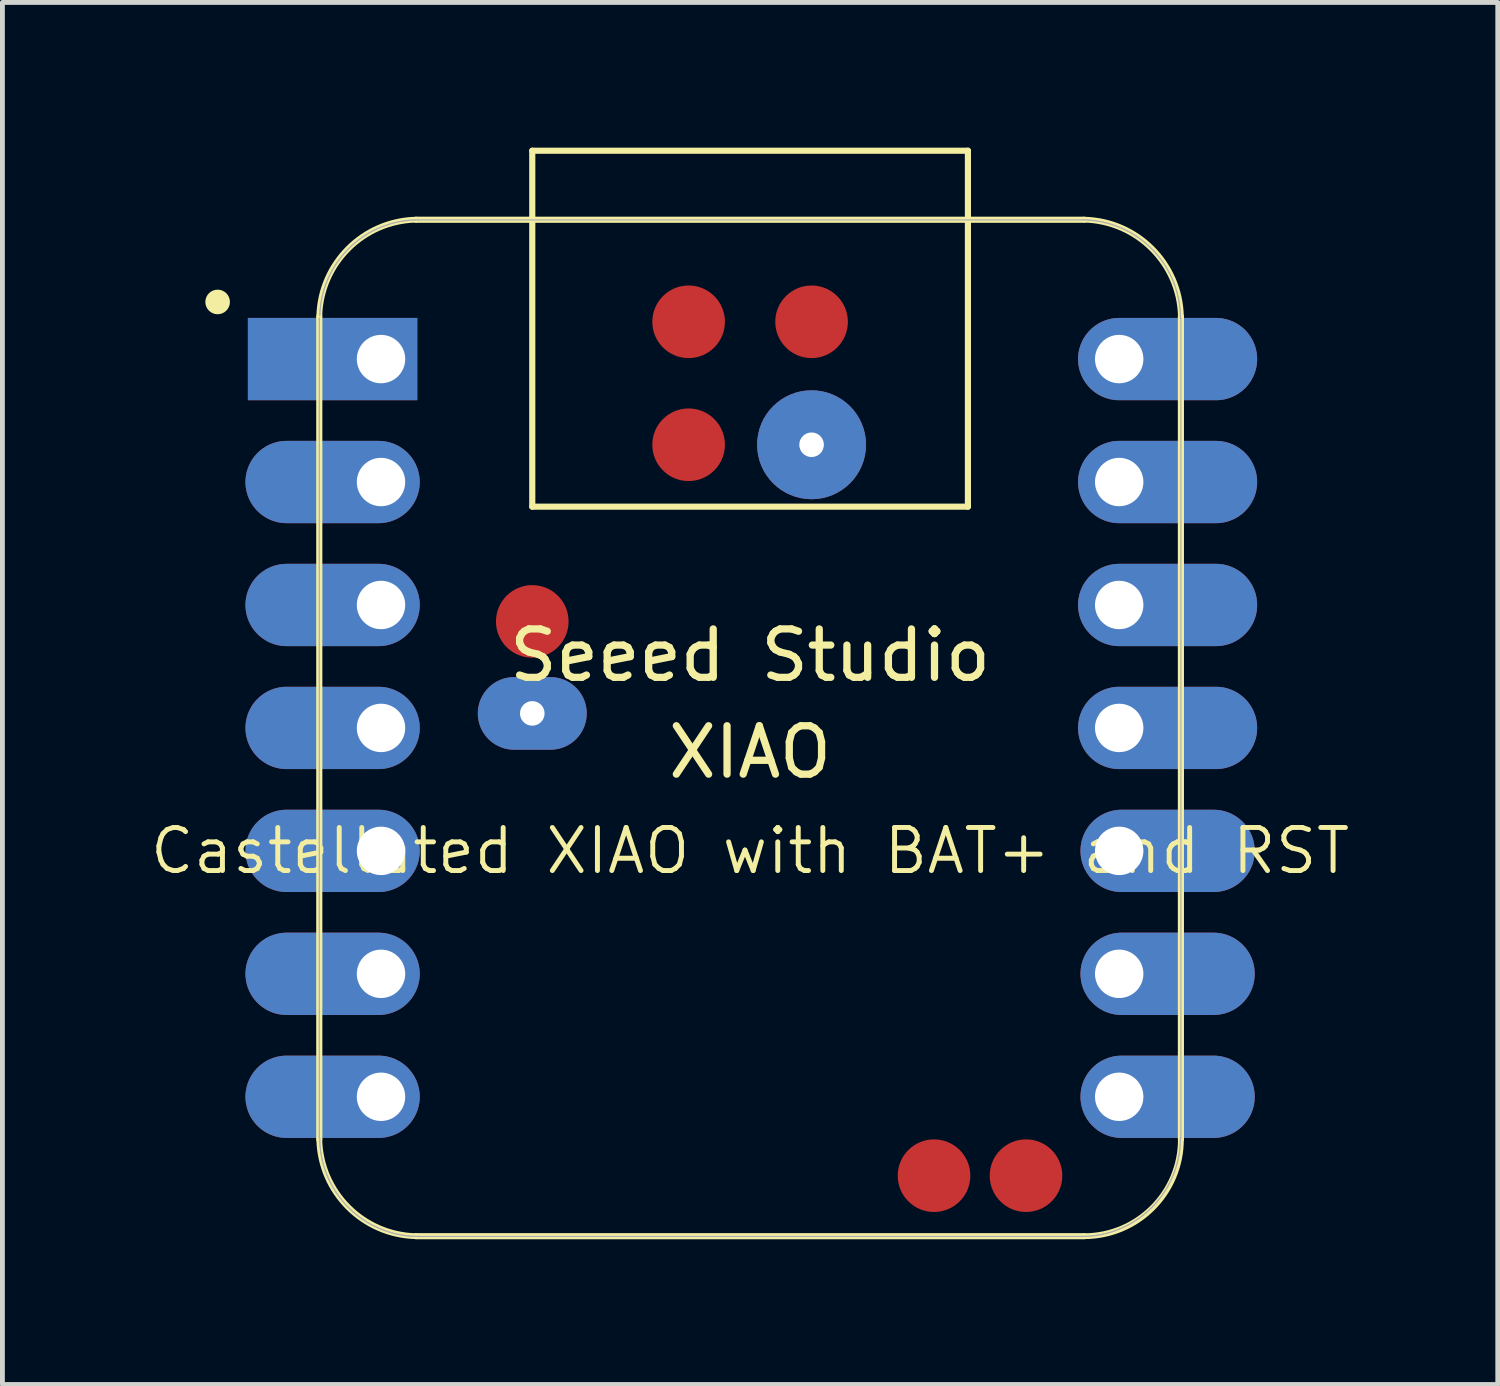
<source format=kicad_pcb>
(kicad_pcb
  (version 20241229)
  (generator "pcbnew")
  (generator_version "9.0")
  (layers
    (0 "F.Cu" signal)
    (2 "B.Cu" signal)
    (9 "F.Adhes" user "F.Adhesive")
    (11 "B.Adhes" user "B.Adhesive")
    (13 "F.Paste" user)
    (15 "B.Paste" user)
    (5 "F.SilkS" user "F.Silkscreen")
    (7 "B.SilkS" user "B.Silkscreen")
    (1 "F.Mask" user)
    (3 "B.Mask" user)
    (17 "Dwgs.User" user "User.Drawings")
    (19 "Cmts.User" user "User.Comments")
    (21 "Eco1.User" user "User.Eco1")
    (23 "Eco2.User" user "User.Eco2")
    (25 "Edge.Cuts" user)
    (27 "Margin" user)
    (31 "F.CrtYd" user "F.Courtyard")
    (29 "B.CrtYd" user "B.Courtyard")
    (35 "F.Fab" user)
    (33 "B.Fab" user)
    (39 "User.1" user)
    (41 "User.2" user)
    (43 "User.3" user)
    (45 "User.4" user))
  (footprint "Castellated XIAO with BAT+ and RST"
    (layer "F.Cu")
    (at 12.446 11.988)
    (property "Reference" "Castellated XIAO with BAT+ and RST" (at 0 2.54 0) (layer "F.SilkS") (effects (font (size 0.889 0.889) (thickness 0.102))))
    (attr smd)
    (fp_line (start -8.9 -8.5) (end -8.9 8.5) (stroke (width 0.127) (type solid)) (layer "F.SilkS"))
    (fp_line (start -6.9 10.5) (end 6.9 10.5) (stroke (width 0.127) (type solid)) (layer "F.SilkS"))
    (fp_line (start -4.5 -11.924) (end 4.5 -11.924) (stroke (width 0.127) (type solid)) (layer "F.SilkS"))
    (fp_line (start -4.5 -4.571) (end -4.5 -11.924) (stroke (width 0.127) (type solid)) (layer "F.SilkS"))
    (fp_line (start 4.5 -11.924) (end 4.5 -4.571) (stroke (width 0.127) (type solid)) (layer "F.SilkS"))
    (fp_line (start 4.5 -4.571) (end -4.5 -4.571) (stroke (width 0.127) (type solid)) (layer "F.SilkS"))
    (fp_line (start 6.9 -10.499) (end -6.9 -10.499) (stroke (width 0.127) (type solid)) (layer "F.SilkS"))
    (fp_line (start 8.9 8.5) (end 8.9 -8.5) (stroke (width 0.127) (type solid)) (layer "F.SilkS"))
    (fp_arc (start -8.9 -8.5) (mid -8.301491 -9.901491) (end -6.9 -10.5) (stroke (width 0.12) (type solid)) (layer "F.SilkS"))
    (fp_arc (start -6.9 10.5) (mid -8.301423 9.901423) (end -8.9 8.5) (stroke (width 0.12) (type solid)) (layer "F.SilkS"))
    (fp_arc (start 6.9 -10.5) (mid 8.301491 -9.901491) (end 8.9 -8.5) (stroke (width 0.12) (type solid)) (layer "F.SilkS"))
    (fp_arc (start 8.9 8.5) (mid 8.314214 9.914214) (end 6.9 10.5) (stroke (width 0.12) (type solid)) (layer "F.SilkS"))
    (fp_circle (center -11 -8.8) (end -11 -9.054) (stroke (width 0) (type solid)) (fill yes) (layer "F.SilkS"))
    (fp_poly (pts (xy -8.888 -8.562) (xy -8.885 -8.61) (xy -8.881 -8.659)) (stroke (width 0.025) (type solid)) (fill no) (layer "F.SilkS"))
    (fp_poly (pts (xy 8.889 8.522) (xy 8.888 8.571) (xy 8.885 8.62) (xy 8.881 8.669) (xy 8.875 8.717) (xy 8.869 8.766) (xy 8.861 8.815) (xy 8.852 8.863) (xy 8.842 8.911)) (stroke (width 0.025) (type solid)) (fill no) (layer "F.SilkS"))
    (fp_line (start -8.9 -8.463) (end -8.9 8.473) (stroke (width 0.025) (type solid)) (layer "F.Fab"))
    (fp_line (start -8.89 8.473) (end -8.889 8.522) (stroke (width 0.025) (type solid)) (layer "F.Fab"))
    (fp_line (start -8.889 8.522) (end -8.888 8.571) (stroke (width 0.025) (type solid)) (layer "F.Fab"))
    (fp_line (start -8.888 -8.562) (end -8.889 -8.512) (stroke (width 0.025) (type solid)) (layer "F.Fab"))
    (fp_line (start -8.888 8.571) (end -8.885 8.62) (stroke (width 0.025) (type solid)) (layer "F.Fab"))
    (fp_line (start -8.885 -8.61) (end -8.888 -8.562) (stroke (width 0.025) (type solid)) (layer "F.Fab"))
    (fp_line (start -8.885 8.62) (end -8.881 8.669) (stroke (width 0.025) (type solid)) (layer "F.Fab"))
    (fp_line (start -8.881 -8.659) (end -8.885 -8.61) (stroke (width 0.025) (type solid)) (layer "F.Fab"))
    (fp_line (start -8.881 8.669) (end -8.875 8.717) (stroke (width 0.025) (type solid)) (layer "F.Fab"))
    (fp_line (start -8.875 -8.708) (end -8.881 -8.659) (stroke (width 0.025) (type solid)) (layer "F.Fab"))
    (fp_line (start -8.875 8.717) (end -8.869 8.766) (stroke (width 0.025) (type solid)) (layer "F.Fab"))
    (fp_line (start -8.869 -8.757) (end -8.875 -8.708) (stroke (width 0.025) (type solid)) (layer "F.Fab"))
    (fp_line (start -8.869 8.766) (end -8.861 8.815) (stroke (width 0.025) (type solid)) (layer "F.Fab"))
    (fp_line (start -8.861 -8.806) (end -8.869 -8.757) (stroke (width 0.025) (type solid)) (layer "F.Fab"))
    (fp_line (start -8.861 8.815) (end -8.852 8.863) (stroke (width 0.025) (type solid)) (layer "F.Fab"))
    (fp_line (start -8.852 -8.854) (end -8.861 -8.806) (stroke (width 0.025) (type solid)) (layer "F.Fab"))
    (fp_line (start -8.852 8.863) (end -8.842 8.911) (stroke (width 0.025) (type solid)) (layer "F.Fab"))
    (fp_line (start -8.842 -8.902) (end -8.852 -8.854) (stroke (width 0.025) (type solid)) (layer "F.Fab"))
    (fp_line (start -8.842 8.911) (end -8.831 8.959) (stroke (width 0.025) (type solid)) (layer "F.Fab"))
    (fp_line (start -8.831 -8.95) (end -8.842 -8.902) (stroke (width 0.025) (type solid)) (layer "F.Fab"))
    (fp_line (start -8.831 8.959) (end -8.819 9.006) (stroke (width 0.025) (type solid)) (layer "F.Fab"))
    (fp_line (start -8.819 -8.997) (end -8.831 -8.95) (stroke (width 0.025) (type solid)) (layer "F.Fab"))
    (fp_line (start -8.819 9.006) (end -8.805 9.054) (stroke (width 0.025) (type solid)) (layer "F.Fab"))
    (fp_line (start -8.805 -9.045) (end -8.819 -8.997) (stroke (width 0.025) (type solid)) (layer "F.Fab"))
    (fp_line (start -8.805 9.054) (end -8.79 9.1) (stroke (width 0.025) (type solid)) (layer "F.Fab"))
    (fp_line (start -8.79 -9.091) (end -8.805 -9.045) (stroke (width 0.025) (type solid)) (layer "F.Fab"))
    (fp_line (start -8.79 9.1) (end -8.775 9.147) (stroke (width 0.025) (type solid)) (layer "F.Fab"))
    (fp_line (start -8.775 -9.138) (end -8.79 -9.091) (stroke (width 0.025) (type solid)) (layer "F.Fab"))
    (fp_line (start -8.775 9.147) (end -8.758 9.193) (stroke (width 0.025) (type solid)) (layer "F.Fab"))
    (fp_line (start -8.758 -9.184) (end -8.775 -9.138) (stroke (width 0.025) (type solid)) (layer "F.Fab"))
    (fp_line (start -8.758 9.193) (end -8.74 9.239) (stroke (width 0.025) (type solid)) (layer "F.Fab"))
    (fp_line (start -8.74 -9.23) (end -8.758 -9.184) (stroke (width 0.025) (type solid)) (layer "F.Fab"))
    (fp_line (start -8.74 9.239) (end -8.721 9.284) (stroke (width 0.025) (type solid)) (layer "F.Fab"))
    (fp_line (start -8.721 -9.275) (end -8.74 -9.23) (stroke (width 0.025) (type solid)) (layer "F.Fab"))
    (fp_line (start -8.721 9.284) (end -8.701 9.329) (stroke (width 0.025) (type solid)) (layer "F.Fab"))
    (fp_line (start -8.701 -9.32) (end -8.721 -9.275) (stroke (width 0.025) (type solid)) (layer "F.Fab"))
    (fp_line (start -8.701 9.329) (end -8.679 9.373) (stroke (width 0.025) (type solid)) (layer "F.Fab"))
    (fp_line (start -8.679 -9.364) (end -8.701 -9.32) (stroke (width 0.025) (type solid)) (layer "F.Fab"))
    (fp_line (start -8.679 9.373) (end -8.657 9.417) (stroke (width 0.025) (type solid)) (layer "F.Fab"))
    (fp_line (start -8.657 -9.408) (end -8.679 -9.364) (stroke (width 0.025) (type solid)) (layer "F.Fab"))
    (fp_line (start -8.657 9.417) (end -8.634 9.46) (stroke (width 0.025) (type solid)) (layer "F.Fab"))
    (fp_line (start -8.634 -9.451) (end -8.657 -9.408) (stroke (width 0.025) (type solid)) (layer "F.Fab"))
    (fp_line (start -8.634 9.46) (end -8.61 9.503) (stroke (width 0.025) (type solid)) (layer "F.Fab"))
    (fp_line (start -8.61 -9.494) (end -8.634 -9.451) (stroke (width 0.025) (type solid)) (layer "F.Fab"))
    (fp_line (start -8.61 9.503) (end -8.584 9.545) (stroke (width 0.025) (type solid)) (layer "F.Fab"))
    (fp_line (start -8.584 -9.536) (end -8.61 -9.494) (stroke (width 0.025) (type solid)) (layer "F.Fab"))
    (fp_line (start -8.584 9.545) (end -8.558 9.586) (stroke (width 0.025) (type solid)) (layer "F.Fab"))
    (fp_line (start -8.558 -9.577) (end -8.584 -9.536) (stroke (width 0.025) (type solid)) (layer "F.Fab"))
    (fp_line (start -8.558 9.586) (end -8.53 9.627) (stroke (width 0.025) (type solid)) (layer "F.Fab"))
    (fp_line (start -8.53 -9.618) (end -8.558 -9.577) (stroke (width 0.025) (type solid)) (layer "F.Fab"))
    (fp_line (start -8.53 9.627) (end -8.502 9.667) (stroke (width 0.025) (type solid)) (layer "F.Fab"))
    (fp_line (start -8.502 -9.658) (end -8.53 -9.618) (stroke (width 0.025) (type solid)) (layer "F.Fab"))
    (fp_line (start -8.502 9.667) (end -8.473 9.706) (stroke (width 0.025) (type solid)) (layer "F.Fab"))
    (fp_line (start -8.473 -9.697) (end -8.502 -9.658) (stroke (width 0.025) (type solid)) (layer "F.Fab"))
    (fp_line (start -8.473 9.706) (end -8.442 9.745) (stroke (width 0.025) (type solid)) (layer "F.Fab"))
    (fp_line (start -8.442 -9.736) (end -8.473 -9.697) (stroke (width 0.025) (type solid)) (layer "F.Fab"))
    (fp_line (start -8.442 9.745) (end -8.411 9.783) (stroke (width 0.025) (type solid)) (layer "F.Fab"))
    (fp_line (start -8.411 -9.774) (end -8.442 -9.736) (stroke (width 0.025) (type solid)) (layer "F.Fab"))
    (fp_line (start -8.411 9.783) (end -8.379 9.82) (stroke (width 0.025) (type solid)) (layer "F.Fab"))
    (fp_line (start -8.379 -9.811) (end -8.411 -9.774) (stroke (width 0.025) (type solid)) (layer "F.Fab"))
    (fp_line (start -8.379 9.82) (end -8.346 9.856) (stroke (width 0.025) (type solid)) (layer "F.Fab"))
    (fp_line (start -8.346 -9.847) (end -8.379 -9.811) (stroke (width 0.025) (type solid)) (layer "F.Fab"))
    (fp_line (start -8.346 9.856) (end -8.312 9.892) (stroke (width 0.025) (type solid)) (layer "F.Fab"))
    (fp_line (start -8.312 -9.883) (end -8.346 -9.847) (stroke (width 0.025) (type solid)) (layer "F.Fab"))
    (fp_line (start -8.312 9.892) (end -8.277 9.927) (stroke (width 0.025) (type solid)) (layer "F.Fab"))
    (fp_line (start -8.277 -9.918) (end -8.312 -9.883) (stroke (width 0.025) (type solid)) (layer "F.Fab"))
    (fp_line (start -8.277 9.927) (end -8.242 9.96) (stroke (width 0.025) (type solid)) (layer "F.Fab"))
    (fp_line (start -8.242 -9.951) (end -8.277 -9.918) (stroke (width 0.025) (type solid)) (layer "F.Fab"))
    (fp_line (start -8.242 9.96) (end -8.205 9.994) (stroke (width 0.025) (type solid)) (layer "F.Fab"))
    (fp_line (start -8.205 -9.984) (end -8.242 -9.951) (stroke (width 0.025) (type solid)) (layer "F.Fab"))
    (fp_line (start -8.205 9.994) (end -8.168 10.026) (stroke (width 0.025) (type solid)) (layer "F.Fab"))
    (fp_line (start -8.168 -10.017) (end -8.205 -9.984) (stroke (width 0.025) (type solid)) (layer "F.Fab"))
    (fp_line (start -8.168 10.026) (end -8.13 10.057) (stroke (width 0.025) (type solid)) (layer "F.Fab"))
    (fp_line (start -8.13 -10.048) (end -8.168 -10.017) (stroke (width 0.025) (type solid)) (layer "F.Fab"))
    (fp_line (start -8.13 10.057) (end -8.092 10.087) (stroke (width 0.025) (type solid)) (layer "F.Fab"))
    (fp_line (start -8.092 -10.078) (end -8.13 -10.048) (stroke (width 0.025) (type solid)) (layer "F.Fab"))
    (fp_line (start -8.092 10.087) (end -8.052 10.116) (stroke (width 0.025) (type solid)) (layer "F.Fab"))
    (fp_line (start -8.052 -10.107) (end -8.092 -10.078) (stroke (width 0.025) (type solid)) (layer "F.Fab"))
    (fp_line (start -8.052 10.116) (end -8.012 10.145) (stroke (width 0.025) (type solid)) (layer "F.Fab"))
    (fp_line (start -8.012 -10.136) (end -8.052 -10.107) (stroke (width 0.025) (type solid)) (layer "F.Fab"))
    (fp_line (start -8.012 10.145) (end -7.972 10.172) (stroke (width 0.025) (type solid)) (layer "F.Fab"))
    (fp_line (start -7.972 -10.163) (end -8.012 -10.136) (stroke (width 0.025) (type solid)) (layer "F.Fab"))
    (fp_line (start -7.972 10.172) (end -7.93 10.199) (stroke (width 0.025) (type solid)) (layer "F.Fab"))
    (fp_line (start -7.93 -10.19) (end -7.972 -10.163) (stroke (width 0.025) (type solid)) (layer "F.Fab"))
    (fp_line (start -7.93 10.199) (end -7.888 10.224) (stroke (width 0.025) (type solid)) (layer "F.Fab"))
    (fp_line (start -7.888 -10.215) (end -7.93 -10.19) (stroke (width 0.025) (type solid)) (layer "F.Fab"))
    (fp_line (start -7.888 10.224) (end -7.846 10.249) (stroke (width 0.025) (type solid)) (layer "F.Fab"))
    (fp_line (start -7.846 -10.239) (end -7.888 -10.215) (stroke (width 0.025) (type solid)) (layer "F.Fab"))
    (fp_line (start -7.846 10.249) (end -7.802 10.272) (stroke (width 0.025) (type solid)) (layer "F.Fab"))
    (fp_line (start -7.802 -10.263) (end -7.846 -10.239) (stroke (width 0.025) (type solid)) (layer "F.Fab"))
    (fp_line (start -7.802 10.272) (end -7.759 10.294) (stroke (width 0.025) (type solid)) (layer "F.Fab"))
    (fp_line (start -7.759 -10.285) (end -7.802 -10.263) (stroke (width 0.025) (type solid)) (layer "F.Fab"))
    (fp_line (start -7.759 10.294) (end -7.714 10.315) (stroke (width 0.025) (type solid)) (layer "F.Fab"))
    (fp_line (start -7.714 -10.306) (end -7.759 -10.285) (stroke (width 0.025) (type solid)) (layer "F.Fab"))
    (fp_line (start -7.714 10.315) (end -7.67 10.335) (stroke (width 0.025) (type solid)) (layer "F.Fab"))
    (fp_line (start -7.67 -10.326) (end -7.714 -10.306) (stroke (width 0.025) (type solid)) (layer "F.Fab"))
    (fp_line (start -7.67 10.335) (end -7.624 10.354) (stroke (width 0.025) (type solid)) (layer "F.Fab"))
    (fp_line (start -7.624 -10.345) (end -7.67 -10.326) (stroke (width 0.025) (type solid)) (layer "F.Fab"))
    (fp_line (start -7.624 10.354) (end -7.579 10.372) (stroke (width 0.025) (type solid)) (layer "F.Fab"))
    (fp_line (start -7.579 -10.363) (end -7.624 -10.345) (stroke (width 0.025) (type solid)) (layer "F.Fab"))
    (fp_line (start -7.579 10.372) (end -7.532 10.389) (stroke (width 0.025) (type solid)) (layer "F.Fab"))
    (fp_line (start -7.532 -10.38) (end -7.579 -10.363) (stroke (width 0.025) (type solid)) (layer "F.Fab"))
    (fp_line (start -7.532 10.389) (end -7.486 10.405) (stroke (width 0.025) (type solid)) (layer "F.Fab"))
    (fp_line (start -7.486 -10.396) (end -7.532 -10.38) (stroke (width 0.025) (type solid)) (layer "F.Fab"))
    (fp_line (start -7.486 10.405) (end -7.439 10.42) (stroke (width 0.025) (type solid)) (layer "F.Fab"))
    (fp_line (start -7.439 -10.411) (end -7.486 -10.396) (stroke (width 0.025) (type solid)) (layer "F.Fab"))
    (fp_line (start -7.439 10.42) (end -7.392 10.433) (stroke (width 0.025) (type solid)) (layer "F.Fab"))
    (fp_line (start -7.392 -10.424) (end -7.439 -10.411) (stroke (width 0.025) (type solid)) (layer "F.Fab"))
    (fp_line (start -7.392 10.433) (end -7.344 10.446) (stroke (width 0.025) (type solid)) (layer "F.Fab"))
    (fp_line (start -7.344 -10.436) (end -7.392 -10.424) (stroke (width 0.025) (type solid)) (layer "F.Fab"))
    (fp_line (start -7.344 10.446) (end -7.296 10.457) (stroke (width 0.025) (type solid)) (layer "F.Fab"))
    (fp_line (start -7.296 -10.448) (end -7.344 -10.436) (stroke (width 0.025) (type solid)) (layer "F.Fab"))
    (fp_line (start -7.296 10.457) (end -7.248 10.467) (stroke (width 0.025) (type solid)) (layer "F.Fab"))
    (fp_line (start -7.248 -10.458) (end -7.296 -10.448) (stroke (width 0.025) (type solid)) (layer "F.Fab"))
    (fp_line (start -7.248 10.467) (end -7.2 10.476) (stroke (width 0.025) (type solid)) (layer "F.Fab"))
    (fp_line (start -7.2 -10.466) (end -7.248 -10.458) (stroke (width 0.025) (type solid)) (layer "F.Fab"))
    (fp_line (start -7.2 10.476) (end -7.152 10.483) (stroke (width 0.025) (type solid)) (layer "F.Fab"))
    (fp_line (start -7.152 -10.474) (end -7.2 -10.466) (stroke (width 0.025) (type solid)) (layer "F.Fab"))
    (fp_line (start -7.152 10.483) (end -7.103 10.49) (stroke (width 0.025) (type solid)) (layer "F.Fab"))
    (fp_line (start -7.103 -10.481) (end -7.152 -10.474) (stroke (width 0.025) (type solid)) (layer "F.Fab"))
    (fp_line (start -7.103 10.49) (end -7.054 10.495) (stroke (width 0.025) (type solid)) (layer "F.Fab"))
    (fp_line (start -7.054 -10.486) (end -7.103 -10.481) (stroke (width 0.025) (type solid)) (layer "F.Fab"))
    (fp_line (start -7.054 10.495) (end -7.005 10.499) (stroke (width 0.025) (type solid)) (layer "F.Fab"))
    (fp_line (start -7.005 -10.49) (end -7.054 -10.486) (stroke (width 0.025) (type solid)) (layer "F.Fab"))
    (fp_line (start -7.005 10.499) (end -6.956 10.502) (stroke (width 0.025) (type solid)) (layer "F.Fab"))
    (fp_line (start -6.956 -10.493) (end -7.005 -10.49) (stroke (width 0.025) (type solid)) (layer "F.Fab"))
    (fp_line (start -6.956 10.502) (end -6.907 10.504) (stroke (width 0.025) (type solid)) (layer "F.Fab"))
    (fp_line (start -6.907 -10.495) (end -6.956 -10.493) (stroke (width 0.025) (type solid)) (layer "F.Fab"))
    (fp_line (start -6.907 10.504) (end -6.858 10.505) (stroke (width 0.025) (type solid)) (layer "F.Fab"))
    (fp_line (start -6.858 -10.495) (end -6.907 -10.495) (stroke (width 0.025) (type solid)) (layer "F.Fab"))
    (fp_line (start -6.858 10.505) (end 6.858 10.505) (stroke (width 0.025) (type solid)) (layer "F.Fab"))
    (fp_line (start 6.858 -10.495) (end -6.858 -10.495) (stroke (width 0.025) (type solid)) (layer "F.Fab"))
    (fp_line (start 6.858 10.505) (end 6.907 10.504) (stroke (width 0.025) (type solid)) (layer "F.Fab"))
    (fp_line (start 6.907 -10.495) (end 6.858 -10.495) (stroke (width 0.025) (type solid)) (layer "F.Fab"))
    (fp_line (start 6.907 10.504) (end 6.956 10.502) (stroke (width 0.025) (type solid)) (layer "F.Fab"))
    (fp_line (start 6.956 -10.493) (end 6.907 -10.495) (stroke (width 0.025) (type solid)) (layer "F.Fab"))
    (fp_line (start 6.956 10.502) (end 7.005 10.499) (stroke (width 0.025) (type solid)) (layer "F.Fab"))
    (fp_line (start 7.005 -10.49) (end 6.956 -10.493) (stroke (width 0.025) (type solid)) (layer "F.Fab"))
    (fp_line (start 7.005 10.499) (end 7.054 10.495) (stroke (width 0.025) (type solid)) (layer "F.Fab"))
    (fp_line (start 7.054 -10.486) (end 7.005 -10.49) (stroke (width 0.025) (type solid)) (layer "F.Fab"))
    (fp_line (start 7.054 10.495) (end 7.103 10.49) (stroke (width 0.025) (type solid)) (layer "F.Fab"))
    (fp_line (start 7.103 -10.481) (end 7.054 -10.486) (stroke (width 0.025) (type solid)) (layer "F.Fab"))
    (fp_line (start 7.103 10.49) (end 7.152 10.483) (stroke (width 0.025) (type solid)) (layer "F.Fab"))
    (fp_line (start 7.152 -10.474) (end 7.103 -10.481) (stroke (width 0.025) (type solid)) (layer "F.Fab"))
    (fp_line (start 7.152 10.483) (end 7.2 10.476) (stroke (width 0.025) (type solid)) (layer "F.Fab"))
    (fp_line (start 7.2 -10.466) (end 7.152 -10.474) (stroke (width 0.025) (type solid)) (layer "F.Fab"))
    (fp_line (start 7.2 10.476) (end 7.248 10.467) (stroke (width 0.025) (type solid)) (layer "F.Fab"))
    (fp_line (start 7.248 -10.458) (end 7.2 -10.466) (stroke (width 0.025) (type solid)) (layer "F.Fab"))
    (fp_line (start 7.248 10.467) (end 7.296 10.457) (stroke (width 0.025) (type solid)) (layer "F.Fab"))
    (fp_line (start 7.296 -10.448) (end 7.248 -10.458) (stroke (width 0.025) (type solid)) (layer "F.Fab"))
    (fp_line (start 7.296 10.457) (end 7.344 10.446) (stroke (width 0.025) (type solid)) (layer "F.Fab"))
    (fp_line (start 7.344 -10.436) (end 7.296 -10.448) (stroke (width 0.025) (type solid)) (layer "F.Fab"))
    (fp_line (start 7.344 10.446) (end 7.392 10.433) (stroke (width 0.025) (type solid)) (layer "F.Fab"))
    (fp_line (start 7.392 -10.424) (end 7.344 -10.436) (stroke (width 0.025) (type solid)) (layer "F.Fab"))
    (fp_line (start 7.392 10.433) (end 7.439 10.42) (stroke (width 0.025) (type solid)) (layer "F.Fab"))
    (fp_line (start 7.439 -10.411) (end 7.392 -10.424) (stroke (width 0.025) (type solid)) (layer "F.Fab"))
    (fp_line (start 7.439 10.42) (end 7.486 10.405) (stroke (width 0.025) (type solid)) (layer "F.Fab"))
    (fp_line (start 7.486 -10.396) (end 7.439 -10.411) (stroke (width 0.025) (type solid)) (layer "F.Fab"))
    (fp_line (start 7.486 10.405) (end 7.532 10.389) (stroke (width 0.025) (type solid)) (layer "F.Fab"))
    (fp_line (start 7.532 -10.38) (end 7.486 -10.396) (stroke (width 0.025) (type solid)) (layer "F.Fab"))
    (fp_line (start 7.532 10.389) (end 7.579 10.372) (stroke (width 0.025) (type solid)) (layer "F.Fab"))
    (fp_line (start 7.579 -10.363) (end 7.532 -10.38) (stroke (width 0.025) (type solid)) (layer "F.Fab"))
    (fp_line (start 7.579 10.372) (end 7.624 10.354) (stroke (width 0.025) (type solid)) (layer "F.Fab"))
    (fp_line (start 7.624 -10.345) (end 7.579 -10.363) (stroke (width 0.025) (type solid)) (layer "F.Fab"))
    (fp_line (start 7.624 10.354) (end 7.67 10.335) (stroke (width 0.025) (type solid)) (layer "F.Fab"))
    (fp_line (start 7.67 -10.326) (end 7.624 -10.345) (stroke (width 0.025) (type solid)) (layer "F.Fab"))
    (fp_line (start 7.67 10.335) (end 7.714 10.315) (stroke (width 0.025) (type solid)) (layer "F.Fab"))
    (fp_line (start 7.714 -10.306) (end 7.67 -10.326) (stroke (width 0.025) (type solid)) (layer "F.Fab"))
    (fp_line (start 7.714 10.315) (end 7.759 10.294) (stroke (width 0.025) (type solid)) (layer "F.Fab"))
    (fp_line (start 7.759 -10.285) (end 7.714 -10.306) (stroke (width 0.025) (type solid)) (layer "F.Fab"))
    (fp_line (start 7.759 10.294) (end 7.802 10.272) (stroke (width 0.025) (type solid)) (layer "F.Fab"))
    (fp_line (start 7.802 -10.263) (end 7.759 -10.285) (stroke (width 0.025) (type solid)) (layer "F.Fab"))
    (fp_line (start 7.802 10.272) (end 7.846 10.249) (stroke (width 0.025) (type solid)) (layer "F.Fab"))
    (fp_line (start 7.846 -10.239) (end 7.802 -10.263) (stroke (width 0.025) (type solid)) (layer "F.Fab"))
    (fp_line (start 7.846 10.249) (end 7.888 10.224) (stroke (width 0.025) (type solid)) (layer "F.Fab"))
    (fp_line (start 7.888 -10.215) (end 7.846 -10.239) (stroke (width 0.025) (type solid)) (layer "F.Fab"))
    (fp_line (start 7.888 10.224) (end 7.93 10.199) (stroke (width 0.025) (type solid)) (layer "F.Fab"))
    (fp_line (start 7.93 -10.19) (end 7.888 -10.215) (stroke (width 0.025) (type solid)) (layer "F.Fab"))
    (fp_line (start 7.93 10.199) (end 7.972 10.172) (stroke (width 0.025) (type solid)) (layer "F.Fab"))
    (fp_line (start 7.972 -10.163) (end 7.93 -10.19) (stroke (width 0.025) (type solid)) (layer "F.Fab"))
    (fp_line (start 7.972 10.172) (end 8.012 10.145) (stroke (width 0.025) (type solid)) (layer "F.Fab"))
    (fp_line (start 8.012 -10.136) (end 7.972 -10.163) (stroke (width 0.025) (type solid)) (layer "F.Fab"))
    (fp_line (start 8.012 10.145) (end 8.052 10.116) (stroke (width 0.025) (type solid)) (layer "F.Fab"))
    (fp_line (start 8.052 -10.107) (end 8.012 -10.136) (stroke (width 0.025) (type solid)) (layer "F.Fab"))
    (fp_line (start 8.052 10.116) (end 8.092 10.087) (stroke (width 0.025) (type solid)) (layer "F.Fab"))
    (fp_line (start 8.092 -10.078) (end 8.052 -10.107) (stroke (width 0.025) (type solid)) (layer "F.Fab"))
    (fp_line (start 8.092 10.087) (end 8.13 10.057) (stroke (width 0.025) (type solid)) (layer "F.Fab"))
    (fp_line (start 8.13 -10.048) (end 8.092 -10.078) (stroke (width 0.025) (type solid)) (layer "F.Fab"))
    (fp_line (start 8.13 10.057) (end 8.168 10.026) (stroke (width 0.025) (type solid)) (layer "F.Fab"))
    (fp_line (start 8.168 -10.017) (end 8.13 -10.048) (stroke (width 0.025) (type solid)) (layer "F.Fab"))
    (fp_line (start 8.168 10.026) (end 8.205 9.994) (stroke (width 0.025) (type solid)) (layer "F.Fab"))
    (fp_line (start 8.205 -9.984) (end 8.168 -10.017) (stroke (width 0.025) (type solid)) (layer "F.Fab"))
    (fp_line (start 8.205 9.994) (end 8.242 9.96) (stroke (width 0.025) (type solid)) (layer "F.Fab"))
    (fp_line (start 8.242 -9.951) (end 8.205 -9.984) (stroke (width 0.025) (type solid)) (layer "F.Fab"))
    (fp_line (start 8.242 9.96) (end 8.277 9.927) (stroke (width 0.025) (type solid)) (layer "F.Fab"))
    (fp_line (start 8.277 -9.918) (end 8.242 -9.951) (stroke (width 0.025) (type solid)) (layer "F.Fab"))
    (fp_line (start 8.277 9.927) (end 8.312 9.892) (stroke (width 0.025) (type solid)) (layer "F.Fab"))
    (fp_line (start 8.312 -9.883) (end 8.277 -9.918) (stroke (width 0.025) (type solid)) (layer "F.Fab"))
    (fp_line (start 8.312 9.892) (end 8.346 9.856) (stroke (width 0.025) (type solid)) (layer "F.Fab"))
    (fp_line (start 8.346 -9.847) (end 8.312 -9.883) (stroke (width 0.025) (type solid)) (layer "F.Fab"))
    (fp_line (start 8.346 9.856) (end 8.379 9.82) (stroke (width 0.025) (type solid)) (layer "F.Fab"))
    (fp_line (start 8.379 -9.811) (end 8.346 -9.847) (stroke (width 0.025) (type solid)) (layer "F.Fab"))
    (fp_line (start 8.379 9.82) (end 8.411 9.783) (stroke (width 0.025) (type solid)) (layer "F.Fab"))
    (fp_line (start 8.411 -9.774) (end 8.379 -9.811) (stroke (width 0.025) (type solid)) (layer "F.Fab"))
    (fp_line (start 8.411 9.783) (end 8.442 9.745) (stroke (width 0.025) (type solid)) (layer "F.Fab"))
    (fp_line (start 8.442 -9.736) (end 8.411 -9.774) (stroke (width 0.025) (type solid)) (layer "F.Fab"))
    (fp_line (start 8.442 9.745) (end 8.473 9.706) (stroke (width 0.025) (type solid)) (layer "F.Fab"))
    (fp_line (start 8.473 -9.697) (end 8.442 -9.736) (stroke (width 0.025) (type solid)) (layer "F.Fab"))
    (fp_line (start 8.473 9.706) (end 8.502 9.667) (stroke (width 0.025) (type solid)) (layer "F.Fab"))
    (fp_line (start 8.502 -9.658) (end 8.473 -9.697) (stroke (width 0.025) (type solid)) (layer "F.Fab"))
    (fp_line (start 8.502 9.667) (end 8.53 9.627) (stroke (width 0.025) (type solid)) (layer "F.Fab"))
    (fp_line (start 8.53 -9.618) (end 8.502 -9.658) (stroke (width 0.025) (type solid)) (layer "F.Fab"))
    (fp_line (start 8.53 9.627) (end 8.558 9.586) (stroke (width 0.025) (type solid)) (layer "F.Fab"))
    (fp_line (start 8.558 -9.577) (end 8.53 -9.618) (stroke (width 0.025) (type solid)) (layer "F.Fab"))
    (fp_line (start 8.558 9.586) (end 8.584 9.545) (stroke (width 0.025) (type solid)) (layer "F.Fab"))
    (fp_line (start 8.584 -9.536) (end 8.558 -9.577) (stroke (width 0.025) (type solid)) (layer "F.Fab"))
    (fp_line (start 8.584 9.545) (end 8.61 9.503) (stroke (width 0.025) (type solid)) (layer "F.Fab"))
    (fp_line (start 8.61 -9.494) (end 8.584 -9.536) (stroke (width 0.025) (type solid)) (layer "F.Fab"))
    (fp_line (start 8.61 9.503) (end 8.634 9.46) (stroke (width 0.025) (type solid)) (layer "F.Fab"))
    (fp_line (start 8.634 -9.451) (end 8.61 -9.494) (stroke (width 0.025) (type solid)) (layer "F.Fab"))
    (fp_line (start 8.634 9.46) (end 8.657 9.417) (stroke (width 0.025) (type solid)) (layer "F.Fab"))
    (fp_line (start 8.657 -9.408) (end 8.634 -9.451) (stroke (width 0.025) (type solid)) (layer "F.Fab"))
    (fp_line (start 8.657 9.417) (end 8.679 9.373) (stroke (width 0.025) (type solid)) (layer "F.Fab"))
    (fp_line (start 8.679 -9.364) (end 8.657 -9.408) (stroke (width 0.025) (type solid)) (layer "F.Fab"))
    (fp_line (start 8.679 9.373) (end 8.701 9.329) (stroke (width 0.025) (type solid)) (layer "F.Fab"))
    (fp_line (start 8.701 -9.32) (end 8.679 -9.364) (stroke (width 0.025) (type solid)) (layer "F.Fab"))
    (fp_line (start 8.701 9.329) (end 8.721 9.284) (stroke (width 0.025) (type solid)) (layer "F.Fab"))
    (fp_line (start 8.721 -9.275) (end 8.701 -9.32) (stroke (width 0.025) (type solid)) (layer "F.Fab"))
    (fp_line (start 8.721 9.284) (end 8.74 9.239) (stroke (width 0.025) (type solid)) (layer "F.Fab"))
    (fp_line (start 8.74 -9.23) (end 8.721 -9.275) (stroke (width 0.025) (type solid)) (layer "F.Fab"))
    (fp_line (start 8.74 9.239) (end 8.758 9.193) (stroke (width 0.025) (type solid)) (layer "F.Fab"))
    (fp_line (start 8.758 -9.184) (end 8.74 -9.23) (stroke (width 0.025) (type solid)) (layer "F.Fab"))
    (fp_line (start 8.758 9.193) (end 8.775 9.147) (stroke (width 0.025) (type solid)) (layer "F.Fab"))
    (fp_line (start 8.775 -9.138) (end 8.758 -9.184) (stroke (width 0.025) (type solid)) (layer "F.Fab"))
    (fp_line (start 8.775 9.147) (end 8.79 9.1) (stroke (width 0.025) (type solid)) (layer "F.Fab"))
    (fp_line (start 8.79 -9.091) (end 8.775 -9.138) (stroke (width 0.025) (type solid)) (layer "F.Fab"))
    (fp_line (start 8.79 9.1) (end 8.805 9.054) (stroke (width 0.025) (type solid)) (layer "F.Fab"))
    (fp_line (start 8.805 -9.045) (end 8.79 -9.091) (stroke (width 0.025) (type solid)) (layer "F.Fab"))
    (fp_line (start 8.805 9.054) (end 8.819 9.006) (stroke (width 0.025) (type solid)) (layer "F.Fab"))
    (fp_line (start 8.819 -8.997) (end 8.805 -9.045) (stroke (width 0.025) (type solid)) (layer "F.Fab"))
    (fp_line (start 8.819 9.006) (end 8.831 8.959) (stroke (width 0.025) (type solid)) (layer "F.Fab"))
    (fp_line (start 8.831 -8.95) (end 8.819 -8.997) (stroke (width 0.025) (type solid)) (layer "F.Fab"))
    (fp_line (start 8.831 8.959) (end 8.842 8.911) (stroke (width 0.025) (type solid)) (layer "F.Fab"))
    (fp_line (start 8.842 -8.902) (end 8.831 -8.95) (stroke (width 0.025) (type solid)) (layer "F.Fab"))
    (fp_line (start 8.842 8.911) (end 8.852 8.863) (stroke (width 0.025) (type solid)) (layer "F.Fab"))
    (fp_line (start 8.852 -8.854) (end 8.842 -8.902) (stroke (width 0.025) (type solid)) (layer "F.Fab"))
    (fp_line (start 8.852 8.863) (end 8.861 8.815) (stroke (width 0.025) (type solid)) (layer "F.Fab"))
    (fp_line (start 8.861 -8.806) (end 8.852 -8.854) (stroke (width 0.025) (type solid)) (layer "F.Fab"))
    (fp_line (start 8.861 8.815) (end 8.869 8.766) (stroke (width 0.025) (type solid)) (layer "F.Fab"))
    (fp_line (start 8.869 -8.757) (end 8.861 -8.806) (stroke (width 0.025) (type solid)) (layer "F.Fab"))
    (fp_line (start 8.869 8.766) (end 8.875 8.717) (stroke (width 0.025) (type solid)) (layer "F.Fab"))
    (fp_line (start 8.875 -8.708) (end 8.869 -8.757) (stroke (width 0.025) (type solid)) (layer "F.Fab"))
    (fp_line (start 8.875 8.717) (end 8.881 8.669) (stroke (width 0.025) (type solid)) (layer "F.Fab"))
    (fp_line (start 8.881 -8.659) (end 8.875 -8.708) (stroke (width 0.025) (type solid)) (layer "F.Fab"))
    (fp_line (start 8.881 8.669) (end 8.885 8.62) (stroke (width 0.025) (type solid)) (layer "F.Fab"))
    (fp_line (start 8.885 -8.61) (end 8.881 -8.659) (stroke (width 0.025) (type solid)) (layer "F.Fab"))
    (fp_line (start 8.885 8.62) (end 8.888 8.571) (stroke (width 0.025) (type solid)) (layer "F.Fab"))
    (fp_line (start 8.888 -8.562) (end 8.885 -8.61) (stroke (width 0.025) (type solid)) (layer "F.Fab"))
    (fp_line (start 8.888 8.571) (end 8.889 8.522) (stroke (width 0.025) (type solid)) (layer "F.Fab"))
    (fp_line (start 8.889 -8.512) (end 8.888 -8.562) (stroke (width 0.025) (type solid)) (layer "F.Fab"))
    (fp_line (start 8.889 8.522) (end 8.89 8.473) (stroke (width 0.025) (type solid)) (layer "F.Fab"))
    (fp_line (start 8.89 -8.463) (end 8.889 -8.512) (stroke (width 0.025) (type solid)) (layer "F.Fab"))
    (fp_line (start 8.9 8.473) (end 8.9 -8.463) (stroke (width 0.025) (type solid)) (layer "F.Fab"))
    (fp_text user "XIAO" (at 0 0.5 0) (unlocked yes) (layer "F.SilkS") (effects (font (size 1 1) (thickness 0.15))))
    (fp_text user "Seeed Studio" (at 0 -1.5 0) (unlocked yes) (layer "F.SilkS") (effects (font (size 1 1) (thickness 0.15))))
    (pad "1" thru_hole rect (at -7.625 -7.62) (size 3.5 1.7) (drill 1 (offset -1 0)) (layers "*.Cu" "*.Mask"))
    (pad "2" thru_hole oval (at -7.625 -5.08) (size 3.6 1.7) (drill 1 (offset -1 0)) (layers "*.Cu" "*.Mask"))
    (pad "3" thru_hole oval (at -7.625 -2.54) (size 3.6 1.7) (drill 1 (offset -1 0)) (layers "*.Cu" "*.Mask"))
    (pad "4" thru_hole oval (at -7.625 0) (size 3.6 1.7) (drill 1 (offset -1 0)) (layers "*.Cu" "*.Mask"))
    (pad "5" thru_hole oval (at -7.625 2.54) (size 3.6 1.7) (drill 1 (offset -1 0)) (layers "*.Cu" "*.Mask"))
    (pad "6" thru_hole oval (at -7.625 5.08 180) (size 3.6 1.7) (drill 1 (offset 1 0)) (layers "*.Cu" "*.Mask"))
    (pad "7" thru_hole oval (at -7.625 7.62) (size 3.6 1.7) (drill 1 (offset -1 0)) (layers "*.Cu" "*.Mask"))
    (pad "8" thru_hole oval (at 7.625 7.62) (size 3.6 1.7) (drill 1 (offset 1 0)) (layers "*.Cu" "*.Mask"))
    (pad "9" thru_hole oval (at 7.625 5.08) (size 3.6 1.7) (drill 1 (offset 1 0)) (layers "*.Cu" "*.Mask"))
    (pad "10" thru_hole oval (at 7.625 2.54) (size 3.6 1.7) (drill 1 (offset 1 0)) (layers "*.Cu" "*.Mask"))
    (pad "11" thru_hole oval (at 7.625 0) (size 3.7 1.7) (drill 1 (offset 1 0)) (layers "*.Cu" "*.Mask"))
    (pad "12" thru_hole oval (at 7.625 -2.54) (size 3.7 1.7) (drill 1 (offset 1 0)) (layers "*.Cu" "*.Mask"))
    (pad "13" thru_hole oval (at 7.625 -5.08) (size 3.7 1.7) (drill 1 (offset 1 0)) (layers "*.Cu" "*.Mask"))
    (pad "14" thru_hole oval (at 7.625 -7.62) (size 3.7 1.7) (drill 1 (offset 1 0)) (layers "*.Cu" "*.Mask"))
    (pad "15" smd circle (at -1.27 -8.39) (size 1.5 1.5) (layers "F.Cu" "F.Mask" "F.Paste"))
    (pad "16" smd circle (at 1.27 -8.39) (size 1.5 1.5) (layers "F.Cu" "F.Mask" "F.Paste"))
    (pad "17" smd circle (at -1.27 -5.85) (size 1.5 1.5) (layers "F.Cu" "F.Mask" "F.Paste"))
    (pad "18" thru_hole circle (at 1.27 -5.85) (size 2.25 2.25) (drill 0.508) (layers "*.Cu" "*.Mask"))
    (pad "19" smd circle (at 3.8 9.25) (size 1.5 1.5) (layers "F.Cu" "F.Mask" "F.Paste"))
    (pad "20" smd circle (at 5.7 9.25) (size 1.5 1.5) (layers "F.Cu" "F.Mask" "F.Paste"))
    (pad "21" smd circle (at -4.5 -2.2) (size 1.5 1.5) (layers "F.Cu" "F.Mask" "F.Paste"))
    (pad "22" thru_hole oval (at -4.5 -0.3) (size 2.25 1.5) (drill 0.508) (layers "*.Cu" "*.Mask")))
  (gr_rect
    (start -3 -3)
    (end 27.892 25.551)
    (stroke (width 0.1) (type default))
    (fill no)
    (layer "Edge.Cuts")))
</source>
